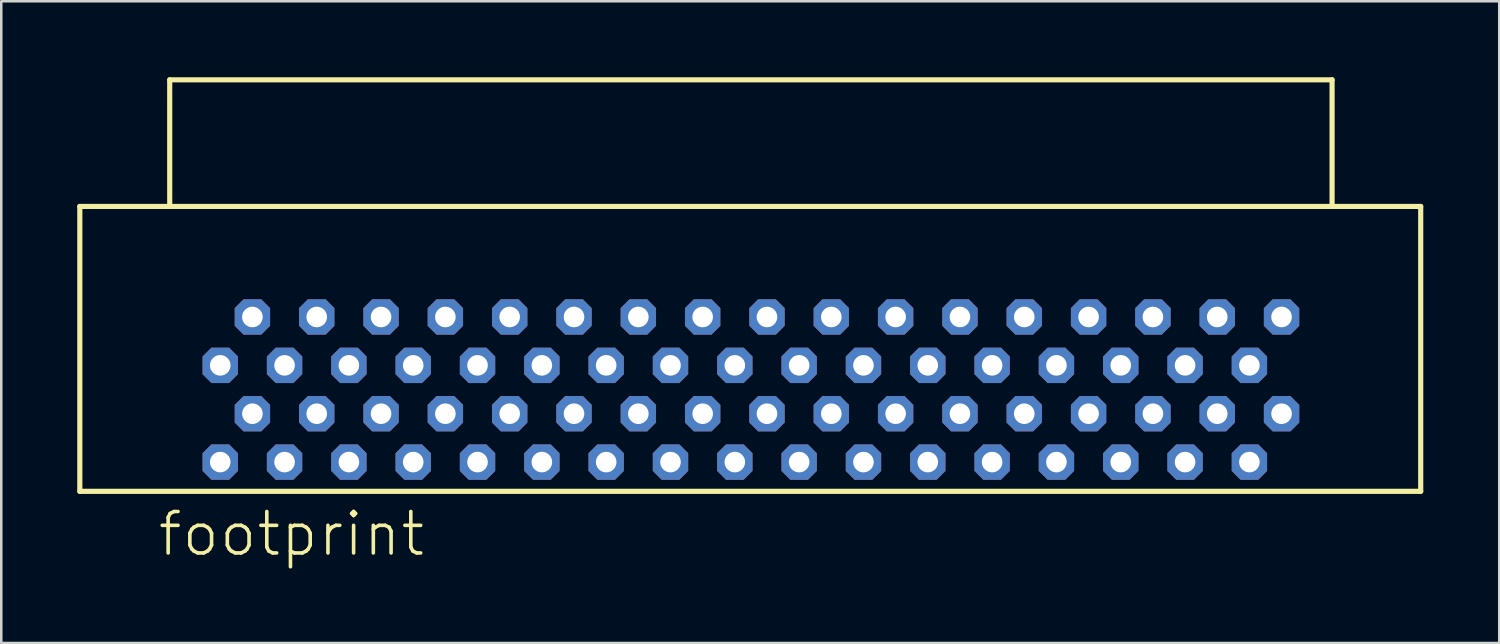
<source format=kicad_pcb>
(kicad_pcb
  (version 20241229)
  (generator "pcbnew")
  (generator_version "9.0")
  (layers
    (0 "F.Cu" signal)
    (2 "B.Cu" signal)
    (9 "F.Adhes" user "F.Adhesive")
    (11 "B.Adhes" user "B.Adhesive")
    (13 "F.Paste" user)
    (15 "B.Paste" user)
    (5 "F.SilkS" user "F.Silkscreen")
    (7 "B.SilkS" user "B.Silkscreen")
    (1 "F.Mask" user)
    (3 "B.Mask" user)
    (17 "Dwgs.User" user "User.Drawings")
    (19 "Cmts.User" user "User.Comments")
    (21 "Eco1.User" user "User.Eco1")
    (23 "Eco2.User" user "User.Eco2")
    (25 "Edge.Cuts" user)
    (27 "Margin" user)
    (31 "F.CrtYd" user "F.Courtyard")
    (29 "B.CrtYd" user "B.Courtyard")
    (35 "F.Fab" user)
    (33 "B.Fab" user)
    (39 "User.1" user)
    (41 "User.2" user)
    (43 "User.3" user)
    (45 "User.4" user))
  (footprint "footprint"
    (layer "F.Cu")
    (at 26.602 9.467)
    (property "Reference" "footprint" (at -23.495 9.525 0) (layer "F.SilkS") (effects (font (size 1.636 1.636) (thickness 0.142)) (justify left bottom)))
    (fp_line (start -26.5 -4.365) (end -22.95 -4.365) (stroke (width 0.203) (type solid)) (layer "F.SilkS"))
    (fp_line (start -26.5 6.885) (end -26.5 -4.365) (stroke (width 0.203) (type solid)) (layer "F.SilkS"))
    (fp_line (start -22.95 -9.365) (end 22.95 -9.365) (stroke (width 0.203) (type solid)) (layer "F.SilkS"))
    (fp_line (start -22.95 -4.365) (end -22.95 -9.365) (stroke (width 0.203) (type solid)) (layer "F.SilkS"))
    (fp_line (start 22.95 -9.365) (end 22.95 -4.365) (stroke (width 0.203) (type solid)) (layer "F.SilkS"))
    (fp_line (start 22.95 -4.365) (end -22.95 -4.365) (stroke (width 0.203) (type solid)) (layer "F.SilkS"))
    (fp_line (start 22.95 -4.365) (end 26.45 -4.365) (stroke (width 0.203) (type solid)) (layer "F.SilkS"))
    (fp_line (start 26.45 -4.365) (end 26.45 6.885) (stroke (width 0.203) (type solid)) (layer "F.SilkS"))
    (fp_line (start 26.45 6.885) (end -26.5 6.885) (stroke (width 0.203) (type solid)) (layer "F.SilkS"))
    (pad "1" thru_hole roundrect (at -20.955 5.73 180) (size 1.397 1.397) (drill 0.813) (layers "*.Cu" "*.Mask") (roundrect_rratio 0.25) (chamfer_ratio 0.25) (chamfer top_left top_right bottom_left bottom_right))
    (pad "2" thru_hole roundrect (at -19.685 3.82 180) (size 1.397 1.397) (drill 0.813) (layers "*.Cu" "*.Mask") (roundrect_rratio 0.25) (chamfer_ratio 0.25) (chamfer top_left top_right bottom_left bottom_right))
    (pad "3" thru_hole roundrect (at -18.415 5.73 180) (size 1.397 1.397) (drill 0.813) (layers "*.Cu" "*.Mask") (roundrect_rratio 0.25) (chamfer_ratio 0.25) (chamfer top_left top_right bottom_left bottom_right))
    (pad "4" thru_hole roundrect (at -17.145 3.82 180) (size 1.397 1.397) (drill 0.813) (layers "*.Cu" "*.Mask") (roundrect_rratio 0.25) (chamfer_ratio 0.25) (chamfer top_left top_right bottom_left bottom_right))
    (pad "5" thru_hole roundrect (at -15.875 5.73 180) (size 1.397 1.397) (drill 0.813) (layers "*.Cu" "*.Mask") (roundrect_rratio 0.25) (chamfer_ratio 0.25) (chamfer top_left top_right bottom_left bottom_right))
    (pad "6" thru_hole roundrect (at -14.605 3.82 180) (size 1.397 1.397) (drill 0.813) (layers "*.Cu" "*.Mask") (roundrect_rratio 0.25) (chamfer_ratio 0.25) (chamfer top_left top_right bottom_left bottom_right))
    (pad "7" thru_hole roundrect (at -13.335 5.73 180) (size 1.397 1.397) (drill 0.813) (layers "*.Cu" "*.Mask") (roundrect_rratio 0.25) (chamfer_ratio 0.25) (chamfer top_left top_right bottom_left bottom_right))
    (pad "8" thru_hole roundrect (at -12.065 3.82 180) (size 1.397 1.397) (drill 0.813) (layers "*.Cu" "*.Mask") (roundrect_rratio 0.25) (chamfer_ratio 0.25) (chamfer top_left top_right bottom_left bottom_right))
    (pad "9" thru_hole roundrect (at -10.795 5.73 180) (size 1.397 1.397) (drill 0.813) (layers "*.Cu" "*.Mask") (roundrect_rratio 0.25) (chamfer_ratio 0.25) (chamfer top_left top_right bottom_left bottom_right))
    (pad "10" thru_hole roundrect (at -9.525 3.82 180) (size 1.397 1.397) (drill 0.813) (layers "*.Cu" "*.Mask") (roundrect_rratio 0.25) (chamfer_ratio 0.25) (chamfer top_left top_right bottom_left bottom_right))
    (pad "11" thru_hole roundrect (at -8.255 5.73 180) (size 1.397 1.397) (drill 0.813) (layers "*.Cu" "*.Mask") (roundrect_rratio 0.25) (chamfer_ratio 0.25) (chamfer top_left top_right bottom_left bottom_right))
    (pad "12" thru_hole roundrect (at -6.985 3.82 180) (size 1.397 1.397) (drill 0.813) (layers "*.Cu" "*.Mask") (roundrect_rratio 0.25) (chamfer_ratio 0.25) (chamfer top_left top_right bottom_left bottom_right))
    (pad "13" thru_hole roundrect (at -5.715 5.73 180) (size 1.397 1.397) (drill 0.813) (layers "*.Cu" "*.Mask") (roundrect_rratio 0.25) (chamfer_ratio 0.25) (chamfer top_left top_right bottom_left bottom_right))
    (pad "14" thru_hole roundrect (at -4.445 3.82 180) (size 1.397 1.397) (drill 0.813) (layers "*.Cu" "*.Mask") (roundrect_rratio 0.25) (chamfer_ratio 0.25) (chamfer top_left top_right bottom_left bottom_right))
    (pad "15" thru_hole roundrect (at -3.175 5.73 180) (size 1.397 1.397) (drill 0.813) (layers "*.Cu" "*.Mask") (roundrect_rratio 0.25) (chamfer_ratio 0.25) (chamfer top_left top_right bottom_left bottom_right))
    (pad "16" thru_hole roundrect (at -1.905 3.82 180) (size 1.397 1.397) (drill 0.813) (layers "*.Cu" "*.Mask") (roundrect_rratio 0.25) (chamfer_ratio 0.25) (chamfer top_left top_right bottom_left bottom_right))
    (pad "17" thru_hole roundrect (at -0.635 5.73 180) (size 1.397 1.397) (drill 0.813) (layers "*.Cu" "*.Mask") (roundrect_rratio 0.25) (chamfer_ratio 0.25) (chamfer top_left top_right bottom_left bottom_right))
    (pad "18" thru_hole roundrect (at 0.635 3.82 180) (size 1.397 1.397) (drill 0.813) (layers "*.Cu" "*.Mask") (roundrect_rratio 0.25) (chamfer_ratio 0.25) (chamfer top_left top_right bottom_left bottom_right))
    (pad "19" thru_hole roundrect (at 1.905 5.73 180) (size 1.397 1.397) (drill 0.813) (layers "*.Cu" "*.Mask") (roundrect_rratio 0.25) (chamfer_ratio 0.25) (chamfer top_left top_right bottom_left bottom_right))
    (pad "20" thru_hole roundrect (at 3.175 3.82 180) (size 1.397 1.397) (drill 0.813) (layers "*.Cu" "*.Mask") (roundrect_rratio 0.25) (chamfer_ratio 0.25) (chamfer top_left top_right bottom_left bottom_right))
    (pad "21" thru_hole roundrect (at 4.445 5.73 180) (size 1.397 1.397) (drill 0.813) (layers "*.Cu" "*.Mask") (roundrect_rratio 0.25) (chamfer_ratio 0.25) (chamfer top_left top_right bottom_left bottom_right))
    (pad "22" thru_hole roundrect (at 5.715 3.82 180) (size 1.397 1.397) (drill 0.813) (layers "*.Cu" "*.Mask") (roundrect_rratio 0.25) (chamfer_ratio 0.25) (chamfer top_left top_right bottom_left bottom_right))
    (pad "23" thru_hole roundrect (at 6.985 5.73 180) (size 1.397 1.397) (drill 0.813) (layers "*.Cu" "*.Mask") (roundrect_rratio 0.25) (chamfer_ratio 0.25) (chamfer top_left top_right bottom_left bottom_right))
    (pad "24" thru_hole roundrect (at 8.255 3.82 180) (size 1.397 1.397) (drill 0.813) (layers "*.Cu" "*.Mask") (roundrect_rratio 0.25) (chamfer_ratio 0.25) (chamfer top_left top_right bottom_left bottom_right))
    (pad "25" thru_hole roundrect (at 9.525 5.73 180) (size 1.397 1.397) (drill 0.813) (layers "*.Cu" "*.Mask") (roundrect_rratio 0.25) (chamfer_ratio 0.25) (chamfer top_left top_right bottom_left bottom_right))
    (pad "26" thru_hole roundrect (at 10.795 3.82 180) (size 1.397 1.397) (drill 0.813) (layers "*.Cu" "*.Mask") (roundrect_rratio 0.25) (chamfer_ratio 0.25) (chamfer top_left top_right bottom_left bottom_right))
    (pad "27" thru_hole roundrect (at 12.065 5.73 180) (size 1.397 1.397) (drill 0.813) (layers "*.Cu" "*.Mask") (roundrect_rratio 0.25) (chamfer_ratio 0.25) (chamfer top_left top_right bottom_left bottom_right))
    (pad "28" thru_hole roundrect (at 13.335 3.82 180) (size 1.397 1.397) (drill 0.813) (layers "*.Cu" "*.Mask") (roundrect_rratio 0.25) (chamfer_ratio 0.25) (chamfer top_left top_right bottom_left bottom_right))
    (pad "29" thru_hole roundrect (at 14.605 5.73 180) (size 1.397 1.397) (drill 0.813) (layers "*.Cu" "*.Mask") (roundrect_rratio 0.25) (chamfer_ratio 0.25) (chamfer top_left top_right bottom_left bottom_right))
    (pad "30" thru_hole roundrect (at 15.875 3.82 180) (size 1.397 1.397) (drill 0.813) (layers "*.Cu" "*.Mask") (roundrect_rratio 0.25) (chamfer_ratio 0.25) (chamfer top_left top_right bottom_left bottom_right))
    (pad "31" thru_hole roundrect (at 17.145 5.73 180) (size 1.397 1.397) (drill 0.813) (layers "*.Cu" "*.Mask") (roundrect_rratio 0.25) (chamfer_ratio 0.25) (chamfer top_left top_right bottom_left bottom_right))
    (pad "32" thru_hole roundrect (at 18.415 3.82 180) (size 1.397 1.397) (drill 0.813) (layers "*.Cu" "*.Mask") (roundrect_rratio 0.25) (chamfer_ratio 0.25) (chamfer top_left top_right bottom_left bottom_right))
    (pad "33" thru_hole roundrect (at 19.685 5.73 180) (size 1.397 1.397) (drill 0.813) (layers "*.Cu" "*.Mask") (roundrect_rratio 0.25) (chamfer_ratio 0.25) (chamfer top_left top_right bottom_left bottom_right))
    (pad "34" thru_hole roundrect (at 20.955 3.82 180) (size 1.397 1.397) (drill 0.813) (layers "*.Cu" "*.Mask") (roundrect_rratio 0.25) (chamfer_ratio 0.25) (chamfer top_left top_right bottom_left bottom_right))
    (pad "35" thru_hole roundrect (at -20.955 1.91 180) (size 1.397 1.397) (drill 0.813) (layers "*.Cu" "*.Mask") (roundrect_rratio 0.25) (chamfer_ratio 0.25) (chamfer top_left top_right bottom_left bottom_right))
    (pad "36" thru_hole roundrect (at -19.685 0 180) (size 1.397 1.397) (drill 0.813) (layers "*.Cu" "*.Mask") (roundrect_rratio 0.25) (chamfer_ratio 0.25) (chamfer top_left top_right bottom_left bottom_right))
    (pad "37" thru_hole roundrect (at -18.415 1.91 180) (size 1.397 1.397) (drill 0.813) (layers "*.Cu" "*.Mask") (roundrect_rratio 0.25) (chamfer_ratio 0.25) (chamfer top_left top_right bottom_left bottom_right))
    (pad "38" thru_hole roundrect (at -17.145 0 180) (size 1.397 1.397) (drill 0.813) (layers "*.Cu" "*.Mask") (roundrect_rratio 0.25) (chamfer_ratio 0.25) (chamfer top_left top_right bottom_left bottom_right))
    (pad "39" thru_hole roundrect (at -15.875 1.91 180) (size 1.397 1.397) (drill 0.813) (layers "*.Cu" "*.Mask") (roundrect_rratio 0.25) (chamfer_ratio 0.25) (chamfer top_left top_right bottom_left bottom_right))
    (pad "40" thru_hole roundrect (at -14.605 0 180) (size 1.397 1.397) (drill 0.813) (layers "*.Cu" "*.Mask") (roundrect_rratio 0.25) (chamfer_ratio 0.25) (chamfer top_left top_right bottom_left bottom_right))
    (pad "41" thru_hole roundrect (at -13.335 1.91 180) (size 1.397 1.397) (drill 0.813) (layers "*.Cu" "*.Mask") (roundrect_rratio 0.25) (chamfer_ratio 0.25) (chamfer top_left top_right bottom_left bottom_right))
    (pad "42" thru_hole roundrect (at -12.065 0 180) (size 1.397 1.397) (drill 0.813) (layers "*.Cu" "*.Mask") (roundrect_rratio 0.25) (chamfer_ratio 0.25) (chamfer top_left top_right bottom_left bottom_right))
    (pad "43" thru_hole roundrect (at -10.795 1.91 180) (size 1.397 1.397) (drill 0.813) (layers "*.Cu" "*.Mask") (roundrect_rratio 0.25) (chamfer_ratio 0.25) (chamfer top_left top_right bottom_left bottom_right))
    (pad "44" thru_hole roundrect (at -9.525 0 180) (size 1.397 1.397) (drill 0.813) (layers "*.Cu" "*.Mask") (roundrect_rratio 0.25) (chamfer_ratio 0.25) (chamfer top_left top_right bottom_left bottom_right))
    (pad "45" thru_hole roundrect (at -8.255 1.91 180) (size 1.397 1.397) (drill 0.813) (layers "*.Cu" "*.Mask") (roundrect_rratio 0.25) (chamfer_ratio 0.25) (chamfer top_left top_right bottom_left bottom_right))
    (pad "46" thru_hole roundrect (at -6.985 0 180) (size 1.397 1.397) (drill 0.813) (layers "*.Cu" "*.Mask") (roundrect_rratio 0.25) (chamfer_ratio 0.25) (chamfer top_left top_right bottom_left bottom_right))
    (pad "47" thru_hole roundrect (at -5.715 1.91 180) (size 1.397 1.397) (drill 0.813) (layers "*.Cu" "*.Mask") (roundrect_rratio 0.25) (chamfer_ratio 0.25) (chamfer top_left top_right bottom_left bottom_right))
    (pad "48" thru_hole roundrect (at -4.445 0 180) (size 1.397 1.397) (drill 0.813) (layers "*.Cu" "*.Mask") (roundrect_rratio 0.25) (chamfer_ratio 0.25) (chamfer top_left top_right bottom_left bottom_right))
    (pad "49" thru_hole roundrect (at -3.175 1.91 180) (size 1.397 1.397) (drill 0.813) (layers "*.Cu" "*.Mask") (roundrect_rratio 0.25) (chamfer_ratio 0.25) (chamfer top_left top_right bottom_left bottom_right))
    (pad "50" thru_hole roundrect (at -1.905 0 180) (size 1.397 1.397) (drill 0.813) (layers "*.Cu" "*.Mask") (roundrect_rratio 0.25) (chamfer_ratio 0.25) (chamfer top_left top_right bottom_left bottom_right))
    (pad "51" thru_hole roundrect (at -0.635 1.91 180) (size 1.397 1.397) (drill 0.813) (layers "*.Cu" "*.Mask") (roundrect_rratio 0.25) (chamfer_ratio 0.25) (chamfer top_left top_right bottom_left bottom_right))
    (pad "52" thru_hole roundrect (at 0.635 0 180) (size 1.397 1.397) (drill 0.813) (layers "*.Cu" "*.Mask") (roundrect_rratio 0.25) (chamfer_ratio 0.25) (chamfer top_left top_right bottom_left bottom_right))
    (pad "53" thru_hole roundrect (at 1.905 1.91 180) (size 1.397 1.397) (drill 0.813) (layers "*.Cu" "*.Mask") (roundrect_rratio 0.25) (chamfer_ratio 0.25) (chamfer top_left top_right bottom_left bottom_right))
    (pad "54" thru_hole roundrect (at 3.175 0 180) (size 1.397 1.397) (drill 0.813) (layers "*.Cu" "*.Mask") (roundrect_rratio 0.25) (chamfer_ratio 0.25) (chamfer top_left top_right bottom_left bottom_right))
    (pad "55" thru_hole roundrect (at 4.445 1.91 180) (size 1.397 1.397) (drill 0.813) (layers "*.Cu" "*.Mask") (roundrect_rratio 0.25) (chamfer_ratio 0.25) (chamfer top_left top_right bottom_left bottom_right))
    (pad "56" thru_hole roundrect (at 5.715 0 180) (size 1.397 1.397) (drill 0.813) (layers "*.Cu" "*.Mask") (roundrect_rratio 0.25) (chamfer_ratio 0.25) (chamfer top_left top_right bottom_left bottom_right))
    (pad "57" thru_hole roundrect (at 6.985 1.91 180) (size 1.397 1.397) (drill 0.813) (layers "*.Cu" "*.Mask") (roundrect_rratio 0.25) (chamfer_ratio 0.25) (chamfer top_left top_right bottom_left bottom_right))
    (pad "58" thru_hole roundrect (at 8.255 0 180) (size 1.397 1.397) (drill 0.813) (layers "*.Cu" "*.Mask") (roundrect_rratio 0.25) (chamfer_ratio 0.25) (chamfer top_left top_right bottom_left bottom_right))
    (pad "59" thru_hole roundrect (at 9.525 1.91 180) (size 1.397 1.397) (drill 0.813) (layers "*.Cu" "*.Mask") (roundrect_rratio 0.25) (chamfer_ratio 0.25) (chamfer top_left top_right bottom_left bottom_right))
    (pad "60" thru_hole roundrect (at 10.795 0 180) (size 1.397 1.397) (drill 0.813) (layers "*.Cu" "*.Mask") (roundrect_rratio 0.25) (chamfer_ratio 0.25) (chamfer top_left top_right bottom_left bottom_right))
    (pad "61" thru_hole roundrect (at 12.065 1.91 180) (size 1.397 1.397) (drill 0.813) (layers "*.Cu" "*.Mask") (roundrect_rratio 0.25) (chamfer_ratio 0.25) (chamfer top_left top_right bottom_left bottom_right))
    (pad "62" thru_hole roundrect (at 13.335 0 180) (size 1.397 1.397) (drill 0.813) (layers "*.Cu" "*.Mask") (roundrect_rratio 0.25) (chamfer_ratio 0.25) (chamfer top_left top_right bottom_left bottom_right))
    (pad "63" thru_hole roundrect (at 14.605 1.91 180) (size 1.397 1.397) (drill 0.813) (layers "*.Cu" "*.Mask") (roundrect_rratio 0.25) (chamfer_ratio 0.25) (chamfer top_left top_right bottom_left bottom_right))
    (pad "64" thru_hole roundrect (at 15.875 0 180) (size 1.397 1.397) (drill 0.813) (layers "*.Cu" "*.Mask") (roundrect_rratio 0.25) (chamfer_ratio 0.25) (chamfer top_left top_right bottom_left bottom_right))
    (pad "65" thru_hole roundrect (at 17.145 1.91 180) (size 1.397 1.397) (drill 0.813) (layers "*.Cu" "*.Mask") (roundrect_rratio 0.25) (chamfer_ratio 0.25) (chamfer top_left top_right bottom_left bottom_right))
    (pad "66" thru_hole roundrect (at 18.415 0 180) (size 1.397 1.397) (drill 0.813) (layers "*.Cu" "*.Mask") (roundrect_rratio 0.25) (chamfer_ratio 0.25) (chamfer top_left top_right bottom_left bottom_right))
    (pad "67" thru_hole roundrect (at 19.685 1.91 180) (size 1.397 1.397) (drill 0.813) (layers "*.Cu" "*.Mask") (roundrect_rratio 0.25) (chamfer_ratio 0.25) (chamfer top_left top_right bottom_left bottom_right))
    (pad "68" thru_hole roundrect (at 20.955 0 180) (size 1.397 1.397) (drill 0.813) (layers "*.Cu" "*.Mask") (roundrect_rratio 0.25) (chamfer_ratio 0.25) (chamfer top_left top_right bottom_left bottom_right)))
  (gr_rect
    (start -3 -3)
    (end 56.153 22.342)
    (stroke (width 0.1) (type default))
    (fill no)
    (layer "Edge.Cuts")))
</source>
